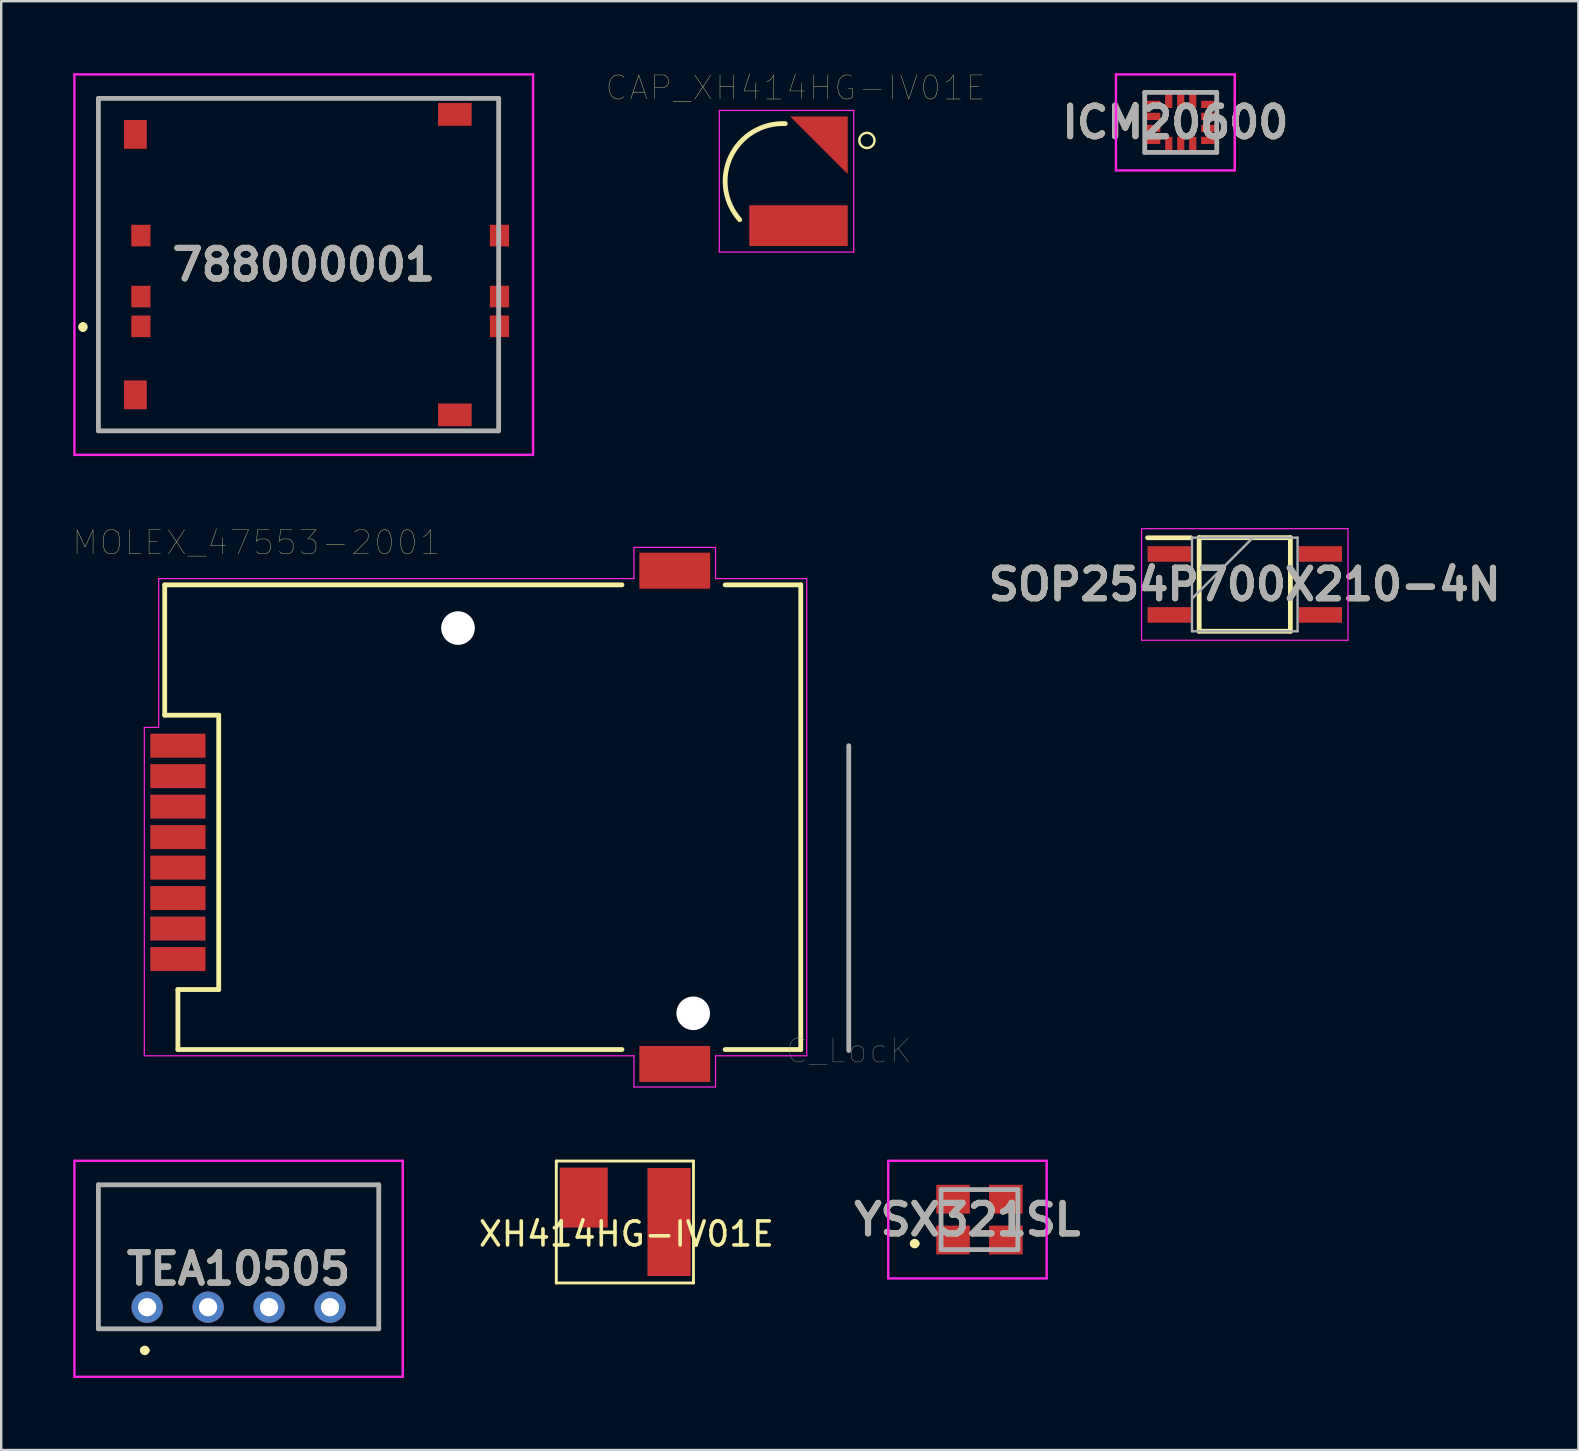
<source format=kicad_pcb>
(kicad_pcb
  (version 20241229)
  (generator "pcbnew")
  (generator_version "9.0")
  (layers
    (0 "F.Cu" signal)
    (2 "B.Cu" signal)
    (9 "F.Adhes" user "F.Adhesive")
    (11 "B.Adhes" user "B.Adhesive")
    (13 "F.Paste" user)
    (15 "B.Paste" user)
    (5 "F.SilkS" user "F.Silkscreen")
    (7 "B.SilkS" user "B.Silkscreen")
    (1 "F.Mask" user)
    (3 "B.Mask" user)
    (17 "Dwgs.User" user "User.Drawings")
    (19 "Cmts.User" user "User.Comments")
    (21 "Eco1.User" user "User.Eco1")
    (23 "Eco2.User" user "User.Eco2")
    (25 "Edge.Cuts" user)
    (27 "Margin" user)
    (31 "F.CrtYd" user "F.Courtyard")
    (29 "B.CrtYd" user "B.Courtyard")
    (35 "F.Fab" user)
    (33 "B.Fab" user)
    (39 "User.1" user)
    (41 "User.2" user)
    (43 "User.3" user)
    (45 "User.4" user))
  (footprint "MOLEX_47553-2001"
    (layer "F.Cu")
    (at 17.062 30.997)
    (property "Reference" "MOLEX_47553-2001" (at -9.425 -11.435 0) (layer "F.SilkS") (effects (font (size 1 1) (thickness 0.015))))
    (attr through_hole)
    (fp_line (start -13.25 -9.68) (end 5.8 -9.68) (stroke (width 0.2) (type solid)) (layer "F.SilkS"))
    (fp_line (start -13.25 -4.25) (end -13.25 -9.68) (stroke (width 0.2) (type solid)) (layer "F.SilkS"))
    (fp_line (start -12.7 7.18) (end -11 7.18) (stroke (width 0.2) (type solid)) (layer "F.SilkS"))
    (fp_line (start -12.7 9.68) (end -12.7 7.18) (stroke (width 0.2) (type solid)) (layer "F.SilkS"))
    (fp_line (start -11 -4.25) (end -13.25 -4.25) (stroke (width 0.2) (type solid)) (layer "F.SilkS"))
    (fp_line (start -11 7.18) (end -11 -4.25) (stroke (width 0.2) (type solid)) (layer "F.SilkS"))
    (fp_line (start 5.8 9.68) (end -12.7 9.68) (stroke (width 0.2) (type solid)) (layer "F.SilkS"))
    (fp_line (start 10.1 -9.68) (end 13.25 -9.68) (stroke (width 0.2) (type solid)) (layer "F.SilkS"))
    (fp_line (start 13.25 -9.68) (end 13.25 9.68) (stroke (width 0.2) (type solid)) (layer "F.SilkS"))
    (fp_line (start 13.25 9.68) (end 10.1 9.68) (stroke (width 0.2) (type solid)) (layer "F.SilkS"))
    (fp_line (start -14.1 -3.74) (end -13.5 -3.74) (stroke (width 0.05) (type solid)) (layer "F.CrtYd"))
    (fp_line (start -14.1 9.94) (end -14.1 -3.74) (stroke (width 0.05) (type solid)) (layer "F.CrtYd"))
    (fp_line (start -13.5 -9.94) (end 6.3 -9.94) (stroke (width 0.05) (type solid)) (layer "F.CrtYd"))
    (fp_line (start -13.5 -3.74) (end -13.5 -9.94) (stroke (width 0.05) (type solid)) (layer "F.CrtYd"))
    (fp_line (start 6.3 -11.24) (end 9.7 -11.24) (stroke (width 0.05) (type solid)) (layer "F.CrtYd"))
    (fp_line (start 6.3 -9.94) (end 6.3 -11.24) (stroke (width 0.05) (type solid)) (layer "F.CrtYd"))
    (fp_line (start 6.3 9.94) (end -14.1 9.94) (stroke (width 0.05) (type solid)) (layer "F.CrtYd"))
    (fp_line (start 6.3 11.24) (end 6.3 9.94) (stroke (width 0.05) (type solid)) (layer "F.CrtYd"))
    (fp_line (start 9.7 -11.24) (end 9.7 -9.94) (stroke (width 0.05) (type solid)) (layer "F.CrtYd"))
    (fp_line (start 9.7 -9.94) (end 13.5 -9.94) (stroke (width 0.05) (type solid)) (layer "F.CrtYd"))
    (fp_line (start 9.7 9.94) (end 9.7 11.24) (stroke (width 0.05) (type solid)) (layer "F.CrtYd"))
    (fp_line (start 9.7 11.24) (end 6.3 11.24) (stroke (width 0.05) (type solid)) (layer "F.CrtYd"))
    (fp_line (start 13.5 -9.94) (end 13.5 9.94) (stroke (width 0.05) (type solid)) (layer "F.CrtYd"))
    (fp_line (start 13.5 9.94) (end 9.7 9.94) (stroke (width 0.05) (type solid)) (layer "F.CrtYd"))
    (fp_line (start 15.25 -2.98) (end 15.25 9.72) (stroke (width 0.2) (type solid)) (layer "F.Fab"))
    (fp_text user "C_LocK" (at 15.259 9.732 0) (layer "F.Fab") (effects (font (size 1.001 1.001) (thickness 0.015))))
    (pad "" np_thru_hole circle (at -1.03 -7.88) (size 1.4 1.4) (drill 1.4) (layers "*.Cu" "*.Mask"))
    (pad "" np_thru_hole circle (at 8.77 8.17) (size 1.4 1.4) (drill 1.4) (layers "*.Cu" "*.Mask"))
    (pad "1" smd rect (at 8 10.28) (size 2.95 1.5) (layers "F.Cu" "F.Mask" "F.Paste"))
    (pad "2" smd rect (at 8 -10.27) (size 2.95 1.5) (layers "F.Cu" "F.Mask" "F.Paste"))
    (pad "C1" smd rect (at -12.7 -2.98) (size 2.3 1) (layers "F.Cu" "F.Mask" "F.Paste"))
    (pad "C2" smd rect (at -12.7 -0.44) (size 2.3 1) (layers "F.Cu" "F.Mask" "F.Paste"))
    (pad "C3" smd rect (at -12.7 2.1) (size 2.3 1) (layers "F.Cu" "F.Mask" "F.Paste"))
    (pad "C5" smd rect (at -12.7 -1.71) (size 2.3 1) (layers "F.Cu" "F.Mask" "F.Paste"))
    (pad "C6" smd rect (at -12.7 0.83) (size 2.3 1) (layers "F.Cu" "F.Mask" "F.Paste"))
    (pad "C7" smd rect (at -12.7 3.37) (size 2.3 1) (layers "F.Cu" "F.Mask" "F.Paste"))
    (pad "CD1" smd rect (at -12.7 4.64) (size 2.3 1) (layers "F.Cu" "F.Mask" "F.Paste"))
    (pad "CD2" smd rect (at -12.7 5.91) (size 2.3 1) (layers "F.Cu" "F.Mask" "F.Paste")))
  (footprint "ICM20600"
    (layer "F.Cu")
    (at 46.143 2.05)
    (property "Reference" "ICM20600" (at -0.225 0 0) (layer "F.SilkS") (effects (font (size 1.27 1.27) (thickness 0.254))))
    (attr smd)
    (fp_line (start -1.9 -0.8) (end -1.9 -0.8) (stroke (width 0.1) (type solid)) (layer "F.SilkS"))
    (fp_line (start -1.9 -0.7) (end -1.9 -0.7) (stroke (width 0.1) (type solid)) (layer "F.SilkS"))
    (fp_line (start -1.5 -1.25) (end -0.8 -1.25) (stroke (width 0.1) (type solid)) (layer "F.SilkS"))
    (fp_line (start -1.5 -1) (end -1.5 -1.25) (stroke (width 0.1) (type solid)) (layer "F.SilkS"))
    (fp_line (start -1.5 1.1) (end -1.5 1.25) (stroke (width 0.1) (type solid)) (layer "F.SilkS"))
    (fp_line (start -1.5 1.25) (end -0.8 1.25) (stroke (width 0.1) (type solid)) (layer "F.SilkS"))
    (fp_line (start 0.8 -1.25) (end 1.5 -1.25) (stroke (width 0.1) (type solid)) (layer "F.SilkS"))
    (fp_line (start 0.8 1.25) (end 1.5 1.25) (stroke (width 0.1) (type solid)) (layer "F.SilkS"))
    (fp_line (start 1.5 -1.25) (end 1.5 -1) (stroke (width 0.1) (type solid)) (layer "F.SilkS"))
    (fp_line (start 1.5 1.25) (end 1.5 1) (stroke (width 0.1) (type solid)) (layer "F.SilkS"))
    (fp_arc (start -1.9 -0.8) (mid -1.85 -0.75) (end -1.9 -0.7) (stroke (width 0.1) (type solid)) (layer "F.SilkS"))
    (fp_arc (start -1.9 -0.7) (mid -1.95 -0.75) (end -1.9 -0.8) (stroke (width 0.1) (type solid)) (layer "F.SilkS"))
    (fp_line (start -2.7 -2) (end 2.25 -2) (stroke (width 0.1) (type solid)) (layer "F.CrtYd"))
    (fp_line (start -2.7 2) (end -2.7 -2) (stroke (width 0.1) (type solid)) (layer "F.CrtYd"))
    (fp_line (start 2.25 -2) (end 2.25 2) (stroke (width 0.1) (type solid)) (layer "F.CrtYd"))
    (fp_line (start 2.25 2) (end -2.7 2) (stroke (width 0.1) (type solid)) (layer "F.CrtYd"))
    (fp_line (start -1.5 -1.25) (end 1.5 -1.25) (stroke (width 0.2) (type solid)) (layer "F.Fab"))
    (fp_line (start -1.5 1.25) (end -1.5 -1.25) (stroke (width 0.2) (type solid)) (layer "F.Fab"))
    (fp_line (start 1.5 -1.25) (end 1.5 1.25) (stroke (width 0.2) (type solid)) (layer "F.Fab"))
    (fp_line (start 1.5 1.25) (end -1.5 1.25) (stroke (width 0.2) (type solid)) (layer "F.Fab"))
    (fp_text user "${REFERENCE}" (at -0.225 0 0) (layer "F.Fab") (effects (font (size 1.27 1.27) (thickness 0.254))))
    (pad "1" smd rect (at -1.15 -0.75 90) (size 0.3 0.6) (layers "F.Cu" "F.Mask" "F.Paste"))
    (pad "2" smd rect (at -1.15 -0.25 90) (size 0.3 0.6) (layers "F.Cu" "F.Mask" "F.Paste"))
    (pad "3" smd rect (at -1.15 0.25 90) (size 0.3 0.6) (layers "F.Cu" "F.Mask" "F.Paste"))
    (pad "4" smd rect (at -1.15 0.75 90) (size 0.3 0.6) (layers "F.Cu" "F.Mask" "F.Paste"))
    (pad "5" smd rect (at -0.5 0.9) (size 0.3 0.6) (layers "F.Cu" "F.Mask" "F.Paste"))
    (pad "6" smd rect (at 0 0.9) (size 0.3 0.6) (layers "F.Cu" "F.Mask" "F.Paste"))
    (pad "7" smd rect (at 0.5 0.9) (size 0.3 0.6) (layers "F.Cu" "F.Mask" "F.Paste"))
    (pad "8" smd rect (at 1.15 0.75 90) (size 0.3 0.6) (layers "F.Cu" "F.Mask" "F.Paste"))
    (pad "9" smd rect (at 1.15 0.25 90) (size 0.3 0.6) (layers "F.Cu" "F.Mask" "F.Paste"))
    (pad "10" smd rect (at 1.15 -0.25 90) (size 0.3 0.6) (layers "F.Cu" "F.Mask" "F.Paste"))
    (pad "11" smd rect (at 1.15 -0.75 90) (size 0.3 0.6) (layers "F.Cu" "F.Mask" "F.Paste"))
    (pad "12" smd rect (at 0.5 -0.9) (size 0.3 0.6) (layers "F.Cu" "F.Mask" "F.Paste"))
    (pad "13" smd rect (at 0 -0.9) (size 0.3 0.6) (layers "F.Cu" "F.Mask" "F.Paste"))
    (pad "14" smd rect (at -0.5 -0.9) (size 0.3 0.6) (layers "F.Cu" "F.Mask" "F.Paste")))
  (footprint "SOP254P700X210-4N"
    (layer "F.Cu")
    (at 48.811 21.3)
    (property "Reference" "SOP254P700X210-4N" (at 0 0 0) (layer "F.SilkS") (effects (font (size 1.27 1.27) (thickness 0.254))))
    (attr smd)
    (fp_line (start -4.05 -1.945) (end -2.25 -1.945) (stroke (width 0.2) (type solid)) (layer "F.SilkS"))
    (fp_line (start -1.9 -1.95) (end 1.9 -1.95) (stroke (width 0.2) (type solid)) (layer "F.SilkS"))
    (fp_line (start -1.9 1.95) (end -1.9 -1.95) (stroke (width 0.2) (type solid)) (layer "F.SilkS"))
    (fp_line (start 1.9 -1.95) (end 1.9 1.95) (stroke (width 0.2) (type solid)) (layer "F.SilkS"))
    (fp_line (start 1.9 1.95) (end -1.9 1.95) (stroke (width 0.2) (type solid)) (layer "F.SilkS"))
    (fp_line (start -4.3 -2.325) (end 4.3 -2.325) (stroke (width 0.05) (type solid)) (layer "F.CrtYd"))
    (fp_line (start -4.3 2.325) (end -4.3 -2.325) (stroke (width 0.05) (type solid)) (layer "F.CrtYd"))
    (fp_line (start 4.3 -2.325) (end 4.3 2.325) (stroke (width 0.05) (type solid)) (layer "F.CrtYd"))
    (fp_line (start 4.3 2.325) (end -4.3 2.325) (stroke (width 0.05) (type solid)) (layer "F.CrtYd"))
    (fp_line (start -2.2 -1.95) (end 2.2 -1.95) (stroke (width 0.1) (type solid)) (layer "F.Fab"))
    (fp_line (start -2.2 0.59) (end 0.34 -1.95) (stroke (width 0.1) (type solid)) (layer "F.Fab"))
    (fp_line (start -2.2 1.95) (end -2.2 -1.95) (stroke (width 0.1) (type solid)) (layer "F.Fab"))
    (fp_line (start 2.2 -1.95) (end 2.2 1.95) (stroke (width 0.1) (type solid)) (layer "F.Fab"))
    (fp_line (start 2.2 1.95) (end -2.2 1.95) (stroke (width 0.1) (type solid)) (layer "F.Fab"))
    (fp_text user "${REFERENCE}" (at 0 0 0) (layer "F.Fab") (effects (font (size 1.27 1.27) (thickness 0.254))))
    (pad "1" smd rect (at -3.15 -1.27 90) (size 0.65 1.8) (layers "F.Cu" "F.Mask" "F.Paste"))
    (pad "2" smd rect (at -3.15 1.27 90) (size 0.65 1.8) (layers "F.Cu" "F.Mask" "F.Paste"))
    (pad "3" smd rect (at 3.15 1.27 90) (size 0.65 1.8) (layers "F.Cu" "F.Mask" "F.Paste"))
    (pad "4" smd rect (at 3.15 -1.27 90) (size 0.65 1.8) (layers "F.Cu" "F.Mask" "F.Paste")))
  (footprint "XH414HG-IV01E"
    (layer "F.Cu")
    (at 23.048 47.862)
    (property "Reference" "XH414HG-IV01E" (at 0 0.5 0) (layer "F.SilkS") (effects (font (size 1 1) (thickness 0.15))))
    (attr through_hole)
    (fp_line (start -2.921 -2.54) (end -2.921 2.54) (stroke (width 0.12) (type solid)) (layer "F.SilkS"))
    (fp_line (start -2.921 2.54) (end 2.794 2.54) (stroke (width 0.12) (type solid)) (layer "F.SilkS"))
    (fp_line (start 2.794 -2.54) (end -2.921 -2.54) (stroke (width 0.12) (type solid)) (layer "F.SilkS"))
    (fp_line (start 2.794 2.54) (end 2.794 -2.54) (stroke (width 0.12) (type solid)) (layer "F.SilkS"))
    (pad "1" smd custom (at -1.778 -1.016 90) (size 2.5 2) (layers "F.Cu" "F.Mask" "F.Paste") (options (anchor rect)) (primitives))
    (pad "2" smd rect (at 1.778 0 90) (size 4.5 1.8) (layers "F.Cu" "F.Mask" "F.Paste")))
  (footprint "TEA10505"
    (layer "F.Cu")
    (at 3.08 51.412)
    (property "Reference" "TEA10505" (at 3.81 -1.6 0) (layer "F.SilkS") (effects (font (size 1.27 1.27) (thickness 0.254))))
    (attr through_hole)
    (fp_line (start -2.03 -5.1) (end 9.65 -5.1) (stroke (width 0.1) (type solid)) (layer "F.SilkS"))
    (fp_line (start -2.03 0.9) (end -2.03 -5.1) (stroke (width 0.1) (type solid)) (layer "F.SilkS"))
    (fp_line (start -0.2 1.8) (end -0.2 1.8) (stroke (width 0.2) (type solid)) (layer "F.SilkS"))
    (fp_line (start 0 1.8) (end 0 1.8) (stroke (width 0.2) (type solid)) (layer "F.SilkS"))
    (fp_line (start 9.65 -5.1) (end 9.65 0.9) (stroke (width 0.1) (type solid)) (layer "F.SilkS"))
    (fp_line (start 9.65 0.9) (end -2.03 0.9) (stroke (width 0.1) (type solid)) (layer "F.SilkS"))
    (fp_arc (start -0.2 1.8) (mid -0.1 1.7) (end 0 1.8) (stroke (width 0.2) (type solid)) (layer "F.SilkS"))
    (fp_arc (start 0 1.8) (mid -0.1 1.9) (end -0.2 1.8) (stroke (width 0.2) (type solid)) (layer "F.SilkS"))
    (fp_line (start -3.03 -6.1) (end 10.65 -6.1) (stroke (width 0.1) (type solid)) (layer "F.CrtYd"))
    (fp_line (start -3.03 2.9) (end -3.03 -6.1) (stroke (width 0.1) (type solid)) (layer "F.CrtYd"))
    (fp_line (start 10.65 -6.1) (end 10.65 2.9) (stroke (width 0.1) (type solid)) (layer "F.CrtYd"))
    (fp_line (start 10.65 2.9) (end -3.03 2.9) (stroke (width 0.1) (type solid)) (layer "F.CrtYd"))
    (fp_line (start -2.03 -5.1) (end 9.65 -5.1) (stroke (width 0.2) (type solid)) (layer "F.Fab"))
    (fp_line (start -2.03 0.9) (end -2.03 -5.1) (stroke (width 0.2) (type solid)) (layer "F.Fab"))
    (fp_line (start 9.65 -5.1) (end 9.65 0.9) (stroke (width 0.2) (type solid)) (layer "F.Fab"))
    (fp_line (start 9.65 0.9) (end -2.03 0.9) (stroke (width 0.2) (type solid)) (layer "F.Fab"))
    (fp_text user "${REFERENCE}" (at 3.81 -1.6 0) (layer "F.Fab") (effects (font (size 1.27 1.27) (thickness 0.254))))
    (pad "1" thru_hole circle (at 0 0) (size 1.303 1.303) (drill 0.76) (layers "*.Cu" "*.Mask"))
    (pad "2" thru_hole circle (at 2.54 0) (size 1.303 1.303) (drill 0.76) (layers "*.Cu" "*.Mask"))
    (pad "3" thru_hole circle (at 5.08 0) (size 1.303 1.303) (drill 0.76) (layers "*.Cu" "*.Mask"))
    (pad "4" thru_hole circle (at 7.62 0) (size 1.303 1.303) (drill 0.76) (layers "*.Cu" "*.Mask")))
  (footprint "CAP_XH414HG-IV01E"
    (layer "F.Cu")
    (at 29.568 4.501)
    (property "Reference" "CAP_XH414HG-IV01E" (at 0.526 -3.889 0) (layer "F.SilkS") (effects (font (size 1.001 1.001) (thickness 0.015))))
    (attr through_hole)
    (fp_poly (pts (xy 0.3 -2.7) (xy 2.7 -2.7) (xy 2.7 -0.3)) (stroke (width 0) (type solid)) (fill yes) (layer "F.Cu"))
    (fp_poly (pts (xy 0.1 -2.8) (xy 2.8 -2.8) (xy 2.8 -0.1)) (stroke (width 0) (type solid)) (fill yes) (layer "F.Mask"))
    (fp_arc (start -1.8 1.6) (mid -2.17401 -1.028904) (end 0.099999 -2.4) (stroke (width 0.2) (type solid)) (layer "F.SilkS"))
    (fp_circle (center 3.5 -1.7) (end 3.816 -1.7) (stroke (width 0.1) (type solid)) (fill no) (layer "F.SilkS"))
    (fp_poly (pts (xy 0.3 -2.7) (xy 2.7 -2.7) (xy 2.7 -0.3)) (stroke (width 0) (type solid)) (fill yes) (layer "F.Paste"))
    (fp_line (start -2.65 -2.95) (end 2.95 -2.95) (stroke (width 0.05) (type solid)) (layer "F.CrtYd"))
    (fp_line (start -2.65 2.95) (end -2.65 -2.95) (stroke (width 0.05) (type solid)) (layer "F.CrtYd"))
    (fp_line (start 2.95 -2.95) (end 2.95 2.95) (stroke (width 0.05) (type solid)) (layer "F.CrtYd"))
    (fp_line (start 2.95 2.95) (end -2.65 2.95) (stroke (width 0.05) (type solid)) (layer "F.CrtYd"))
    (pad "1" smd rect (at 2.1 -2.1) (size 1 1) (layers "F.Cu" "F.Mask" "F.Paste"))
    (pad "2" smd rect (at 0.65 1.85) (size 4.1 1.7) (layers "F.Cu" "F.Mask" "F.Paste")))
  (footprint "YSX321SL"
    (layer "F.Cu")
    (at 37.757 47.762)
    (property "Reference" "YSX321SL" (at -0.5 0 0) (layer "F.SilkS") (effects (font (size 1.27 1.27) (thickness 0.254))))
    (attr smd)
    (fp_line (start -2.8 1) (end -2.8 1) (stroke (width 0.2) (type solid)) (layer "F.SilkS"))
    (fp_line (start -2.6 1) (end -2.6 1) (stroke (width 0.2) (type solid)) (layer "F.SilkS"))
    (fp_arc (start -2.8 1) (mid -2.7 0.9) (end -2.6 1) (stroke (width 0.2) (type solid)) (layer "F.SilkS"))
    (fp_arc (start -2.6 1) (mid -2.7 1.1) (end -2.8 1) (stroke (width 0.2) (type solid)) (layer "F.SilkS"))
    (fp_line (start -3.8 -2.45) (end 2.8 -2.45) (stroke (width 0.1) (type solid)) (layer "F.CrtYd"))
    (fp_line (start -3.8 2.45) (end -3.8 -2.45) (stroke (width 0.1) (type solid)) (layer "F.CrtYd"))
    (fp_line (start 2.8 -2.45) (end 2.8 2.45) (stroke (width 0.1) (type solid)) (layer "F.CrtYd"))
    (fp_line (start 2.8 2.45) (end -3.8 2.45) (stroke (width 0.1) (type solid)) (layer "F.CrtYd"))
    (fp_line (start -1.6 -1.25) (end 1.6 -1.25) (stroke (width 0.2) (type solid)) (layer "F.Fab"))
    (fp_line (start -1.6 1.25) (end -1.6 -1.25) (stroke (width 0.2) (type solid)) (layer "F.Fab"))
    (fp_line (start 1.6 -1.25) (end 1.6 1.25) (stroke (width 0.2) (type solid)) (layer "F.Fab"))
    (fp_line (start 1.6 1.25) (end -1.6 1.25) (stroke (width 0.2) (type solid)) (layer "F.Fab"))
    (fp_text user "${REFERENCE}" (at -0.5 0 0) (layer "F.Fab") (effects (font (size 1.27 1.27) (thickness 0.254))))
    (pad "1" smd rect (at -1.1 0.85 90) (size 1.2 1.4) (layers "F.Cu" "F.Mask" "F.Paste"))
    (pad "2" smd rect (at 1.1 0.85 90) (size 1.2 1.4) (layers "F.Cu" "F.Mask" "F.Paste"))
    (pad "3" smd rect (at 1.1 -0.85 90) (size 1.2 1.4) (layers "F.Cu" "F.Mask" "F.Paste"))
    (pad "4" smd rect (at -1.1 -0.85 90) (size 1.2 1.4) (layers "F.Cu" "F.Mask" "F.Paste")))
  (footprint "788000001"
    (layer "F.Cu")
    (at 9.405 7.975)
    (property "Reference" "788000001" (at 0.2 0 0) (layer "F.SilkS") (effects (font (size 1.27 1.27) (thickness 0.254))))
    (attr smd)
    (fp_line (start -9 2.5) (end -9 2.5) (stroke (width 0.2) (type solid)) (layer "F.SilkS"))
    (fp_line (start -9 2.7) (end -9 2.7) (stroke (width 0.2) (type solid)) (layer "F.SilkS"))
    (fp_line (start -8.355 -6.925) (end 8.32 -6.925) (stroke (width 0.1) (type solid)) (layer "F.SilkS"))
    (fp_line (start -8.355 6.925) (end -8.355 -6.925) (stroke (width 0.1) (type solid)) (layer "F.SilkS"))
    (fp_line (start 8.32 -6.925) (end 8.32 -2) (stroke (width 0.1) (type solid)) (layer "F.SilkS"))
    (fp_line (start 8.32 4) (end 8.32 6.925) (stroke (width 0.1) (type solid)) (layer "F.SilkS"))
    (fp_line (start 8.32 6.925) (end -8.355 6.925) (stroke (width 0.1) (type solid)) (layer "F.SilkS"))
    (fp_arc (start -9 2.5) (mid -8.9 2.6) (end -9 2.7) (stroke (width 0.2) (type solid)) (layer "F.SilkS"))
    (fp_arc (start -9 2.7) (mid -9.1 2.6) (end -9 2.5) (stroke (width 0.2) (type solid)) (layer "F.SilkS"))
    (fp_line (start -9.355 -7.925) (end 9.755 -7.925) (stroke (width 0.1) (type solid)) (layer "F.CrtYd"))
    (fp_line (start -9.355 7.925) (end -9.355 -7.925) (stroke (width 0.1) (type solid)) (layer "F.CrtYd"))
    (fp_line (start 9.755 -7.925) (end 9.755 7.925) (stroke (width 0.1) (type solid)) (layer "F.CrtYd"))
    (fp_line (start 9.755 7.925) (end -9.355 7.925) (stroke (width 0.1) (type solid)) (layer "F.CrtYd"))
    (fp_line (start -8.355 -6.925) (end 8.32 -6.925) (stroke (width 0.2) (type solid)) (layer "F.Fab"))
    (fp_line (start -8.355 6.925) (end -8.355 -6.925) (stroke (width 0.2) (type solid)) (layer "F.Fab"))
    (fp_line (start 8.32 -6.925) (end 8.32 6.925) (stroke (width 0.2) (type solid)) (layer "F.Fab"))
    (fp_line (start 8.32 6.925) (end -8.355 6.925) (stroke (width 0.2) (type solid)) (layer "F.Fab"))
    (fp_text user "${REFERENCE}" (at 0.2 0 0) (layer "F.Fab") (effects (font (size 1.27 1.27) (thickness 0.254))))
    (pad "C1" smd rect (at -6.585 2.57) (size 0.8 0.9) (layers "F.Cu" "F.Mask" "F.Paste"))
    (pad "C2" smd rect (at -6.585 1.33) (size 0.8 0.9) (layers "F.Cu" "F.Mask" "F.Paste"))
    (pad "C3" smd rect (at -6.585 -1.21) (size 0.8 0.9) (layers "F.Cu" "F.Mask" "F.Paste"))
    (pad "C5" smd rect (at 8.355 2.57) (size 0.8 0.9) (layers "F.Cu" "F.Mask" "F.Paste"))
    (pad "C6" smd rect (at 8.355 1.33) (size 0.8 0.9) (layers "F.Cu" "F.Mask" "F.Paste"))
    (pad "C7" smd rect (at 8.355 -1.21) (size 0.8 0.9) (layers "F.Cu" "F.Mask" "F.Paste"))
    (pad "MP1" smd rect (at -6.815 -5.425) (size 0.95 1.2) (layers "F.Cu" "F.Mask" "F.Paste"))
    (pad "MP2" smd rect (at 6.495 -6.26 90) (size 0.95 1.4) (layers "F.Cu" "F.Mask" "F.Paste"))
    (pad "MP3" smd rect (at 6.495 6.26 90) (size 0.95 1.4) (layers "F.Cu" "F.Mask" "F.Paste"))
    (pad "MP4" smd rect (at -6.815 5.425) (size 0.95 1.2) (layers "F.Cu" "F.Mask" "F.Paste")))
  (gr_rect
    (start -3 -3)
    (end 62.709 57.362)
    (stroke (width 0.1) (type default))
    (fill no)
    (layer "Edge.Cuts")))
</source>
